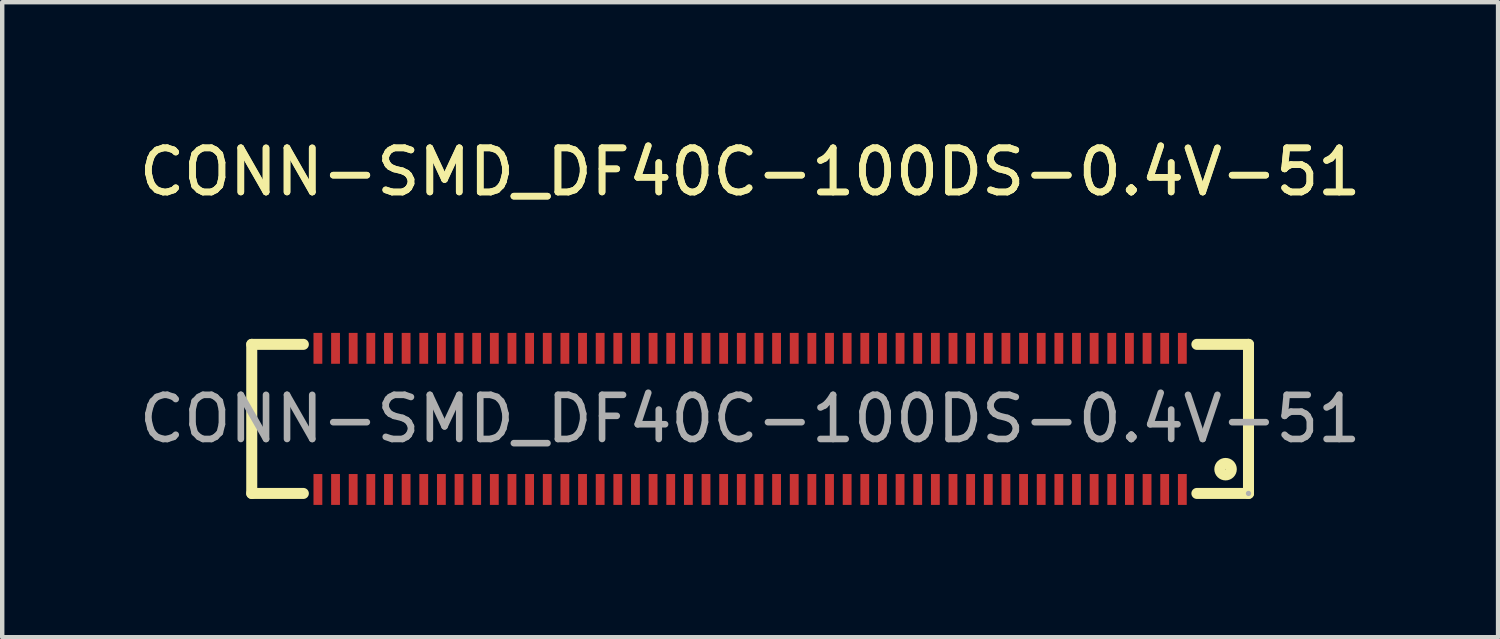
<source format=kicad_pcb>
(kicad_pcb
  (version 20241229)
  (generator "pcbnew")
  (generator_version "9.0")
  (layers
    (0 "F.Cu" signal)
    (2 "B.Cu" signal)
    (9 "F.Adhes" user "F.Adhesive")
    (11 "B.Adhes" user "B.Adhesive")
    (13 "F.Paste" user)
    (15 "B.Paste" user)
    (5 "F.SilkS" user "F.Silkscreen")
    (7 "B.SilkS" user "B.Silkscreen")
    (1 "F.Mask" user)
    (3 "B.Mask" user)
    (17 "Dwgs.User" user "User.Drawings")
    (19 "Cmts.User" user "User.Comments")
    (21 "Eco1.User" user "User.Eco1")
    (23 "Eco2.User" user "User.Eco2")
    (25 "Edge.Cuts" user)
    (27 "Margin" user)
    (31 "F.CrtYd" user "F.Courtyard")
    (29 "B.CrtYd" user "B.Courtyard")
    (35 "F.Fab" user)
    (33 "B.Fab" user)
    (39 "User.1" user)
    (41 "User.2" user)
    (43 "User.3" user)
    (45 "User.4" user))
  (footprint "CONN-SMD_DF40C-100DS-0.4V-51"
    (layer "F.Cu")
    (at 13.958 6.448)
    (property "Reference" "CONN-SMD_DF40C-100DS-0.4V-51" (at 0 -5.6 0) (layer "F.SilkS") (effects (font (size 1 1) (thickness 0.15))))
    (attr smd)
    (fp_line (start -11.3 -1.69) (end -11.3 1.69) (stroke (width 0.25) (type solid)) (layer "F.SilkS"))
    (fp_line (start -11.3 -1.69) (end -10.13 -1.69) (stroke (width 0.25) (type solid)) (layer "F.SilkS"))
    (fp_line (start -11.3 1.69) (end -10.13 1.69) (stroke (width 0.25) (type solid)) (layer "F.SilkS"))
    (fp_line (start 10.13 -1.69) (end 11.3 -1.69) (stroke (width 0.25) (type solid)) (layer "F.SilkS"))
    (fp_line (start 10.13 1.69) (end 11.3 1.69) (stroke (width 0.25) (type solid)) (layer "F.SilkS"))
    (fp_line (start 11.3 -1.69) (end 11.3 1.69) (stroke (width 0.25) (type solid)) (layer "F.SilkS"))
    (fp_circle (center 10.78 1.14) (end 10.91 1.14) (stroke (width 0.25) (type solid)) (fill no) (layer "F.SilkS"))
    (fp_circle (center 11.3 1.69) (end 11.33 1.69) (stroke (width 0.06) (type solid)) (fill no) (layer "F.Fab"))
    (fp_text user "${REFERENCE}" (at 0 -5.6 0) (layer "F.SilkS") (effects (font (size 1 1) (thickness 0.15))))
    (fp_text user "${REFERENCE}" (at 0 0 0) (layer "F.Fab") (effects (font (size 1 1) (thickness 0.15))))
    (pad "1" smd rect (at 9.8 1.6) (size 0.2 0.7) (layers "F.Cu" "F.Mask" "F.Paste"))
    (pad "2" smd rect (at 9.4 1.6) (size 0.2 0.7) (layers "F.Cu" "F.Mask" "F.Paste"))
    (pad "3" smd rect (at 9 1.6) (size 0.2 0.7) (layers "F.Cu" "F.Mask" "F.Paste"))
    (pad "4" smd rect (at 8.6 1.6) (size 0.2 0.7) (layers "F.Cu" "F.Mask" "F.Paste"))
    (pad "5" smd rect (at 8.2 1.6) (size 0.2 0.7) (layers "F.Cu" "F.Mask" "F.Paste"))
    (pad "6" smd rect (at 7.8 1.6) (size 0.2 0.7) (layers "F.Cu" "F.Mask" "F.Paste"))
    (pad "7" smd rect (at 7.4 1.6) (size 0.2 0.7) (layers "F.Cu" "F.Mask" "F.Paste"))
    (pad "8" smd rect (at 7 1.6) (size 0.2 0.7) (layers "F.Cu" "F.Mask" "F.Paste"))
    (pad "9" smd rect (at 6.6 1.6) (size 0.2 0.7) (layers "F.Cu" "F.Mask" "F.Paste"))
    (pad "10" smd rect (at 6.2 1.6) (size 0.2 0.7) (layers "F.Cu" "F.Mask" "F.Paste"))
    (pad "11" smd rect (at 5.8 1.6) (size 0.2 0.7) (layers "F.Cu" "F.Mask" "F.Paste"))
    (pad "12" smd rect (at 5.4 1.6) (size 0.2 0.7) (layers "F.Cu" "F.Mask" "F.Paste"))
    (pad "13" smd rect (at 5 1.6) (size 0.2 0.7) (layers "F.Cu" "F.Mask" "F.Paste"))
    (pad "14" smd rect (at 4.6 1.6) (size 0.2 0.7) (layers "F.Cu" "F.Mask" "F.Paste"))
    (pad "15" smd rect (at 4.2 1.6) (size 0.2 0.7) (layers "F.Cu" "F.Mask" "F.Paste"))
    (pad "16" smd rect (at 3.8 1.6) (size 0.2 0.7) (layers "F.Cu" "F.Mask" "F.Paste"))
    (pad "17" smd rect (at 3.4 1.6) (size 0.2 0.7) (layers "F.Cu" "F.Mask" "F.Paste"))
    (pad "18" smd rect (at 3 1.6) (size 0.2 0.7) (layers "F.Cu" "F.Mask" "F.Paste"))
    (pad "19" smd rect (at 2.6 1.6) (size 0.2 0.7) (layers "F.Cu" "F.Mask" "F.Paste"))
    (pad "20" smd rect (at 2.2 1.6) (size 0.2 0.7) (layers "F.Cu" "F.Mask" "F.Paste"))
    (pad "21" smd rect (at 1.8 1.6) (size 0.2 0.7) (layers "F.Cu" "F.Mask" "F.Paste"))
    (pad "22" smd rect (at 1.4 1.6) (size 0.2 0.7) (layers "F.Cu" "F.Mask" "F.Paste"))
    (pad "23" smd rect (at 1 1.6) (size 0.2 0.7) (layers "F.Cu" "F.Mask" "F.Paste"))
    (pad "24" smd rect (at 0.6 1.6) (size 0.2 0.7) (layers "F.Cu" "F.Mask" "F.Paste"))
    (pad "25" smd rect (at 0.2 1.6) (size 0.2 0.7) (layers "F.Cu" "F.Mask" "F.Paste"))
    (pad "26" smd rect (at -0.2 1.6) (size 0.2 0.7) (layers "F.Cu" "F.Mask" "F.Paste"))
    (pad "27" smd rect (at -0.6 1.6) (size 0.2 0.7) (layers "F.Cu" "F.Mask" "F.Paste"))
    (pad "28" smd rect (at -1 1.6) (size 0.2 0.7) (layers "F.Cu" "F.Mask" "F.Paste"))
    (pad "29" smd rect (at -1.4 1.6) (size 0.2 0.7) (layers "F.Cu" "F.Mask" "F.Paste"))
    (pad "30" smd rect (at -1.8 1.6) (size 0.2 0.7) (layers "F.Cu" "F.Mask" "F.Paste"))
    (pad "31" smd rect (at -2.2 1.6) (size 0.2 0.7) (layers "F.Cu" "F.Mask" "F.Paste"))
    (pad "32" smd rect (at -2.6 1.6) (size 0.2 0.7) (layers "F.Cu" "F.Mask" "F.Paste"))
    (pad "33" smd rect (at -3 1.6) (size 0.2 0.7) (layers "F.Cu" "F.Mask" "F.Paste"))
    (pad "34" smd rect (at -3.4 1.6) (size 0.2 0.7) (layers "F.Cu" "F.Mask" "F.Paste"))
    (pad "35" smd rect (at -3.8 1.6) (size 0.2 0.7) (layers "F.Cu" "F.Mask" "F.Paste"))
    (pad "36" smd rect (at -4.2 1.6) (size 0.2 0.7) (layers "F.Cu" "F.Mask" "F.Paste"))
    (pad "37" smd rect (at -4.6 1.6) (size 0.2 0.7) (layers "F.Cu" "F.Mask" "F.Paste"))
    (pad "38" smd rect (at -5 1.6) (size 0.2 0.7) (layers "F.Cu" "F.Mask" "F.Paste"))
    (pad "39" smd rect (at -5.4 1.6) (size 0.2 0.7) (layers "F.Cu" "F.Mask" "F.Paste"))
    (pad "40" smd rect (at -5.8 1.6) (size 0.2 0.7) (layers "F.Cu" "F.Mask" "F.Paste"))
    (pad "41" smd rect (at -6.2 1.6) (size 0.2 0.7) (layers "F.Cu" "F.Mask" "F.Paste"))
    (pad "42" smd rect (at -6.6 1.6) (size 0.2 0.7) (layers "F.Cu" "F.Mask" "F.Paste"))
    (pad "43" smd rect (at -7 1.6) (size 0.2 0.7) (layers "F.Cu" "F.Mask" "F.Paste"))
    (pad "44" smd rect (at -7.4 1.6) (size 0.2 0.7) (layers "F.Cu" "F.Mask" "F.Paste"))
    (pad "45" smd rect (at -7.8 1.6) (size 0.2 0.7) (layers "F.Cu" "F.Mask" "F.Paste"))
    (pad "46" smd rect (at -8.2 1.6 180) (size 0.2 0.7) (layers "F.Cu" "F.Mask" "F.Paste"))
    (pad "47" smd rect (at -8.6 1.6 180) (size 0.2 0.7) (layers "F.Cu" "F.Mask" "F.Paste"))
    (pad "48" smd rect (at -9 1.6 180) (size 0.2 0.7) (layers "F.Cu" "F.Mask" "F.Paste"))
    (pad "49" smd rect (at -9.4 1.6 180) (size 0.2 0.7) (layers "F.Cu" "F.Mask" "F.Paste"))
    (pad "50" smd rect (at -9.8 1.6 180) (size 0.2 0.7) (layers "F.Cu" "F.Mask" "F.Paste"))
    (pad "51" smd rect (at -9.8 -1.6) (size 0.2 0.7) (layers "F.Cu" "F.Mask" "F.Paste"))
    (pad "52" smd rect (at -9.4 -1.6) (size 0.2 0.7) (layers "F.Cu" "F.Mask" "F.Paste"))
    (pad "53" smd rect (at -9 -1.6) (size 0.2 0.7) (layers "F.Cu" "F.Mask" "F.Paste"))
    (pad "54" smd rect (at -8.6 -1.6) (size 0.2 0.7) (layers "F.Cu" "F.Mask" "F.Paste"))
    (pad "55" smd rect (at -8.2 -1.6) (size 0.2 0.7) (layers "F.Cu" "F.Mask" "F.Paste"))
    (pad "56" smd rect (at -7.8 -1.6) (size 0.2 0.7) (layers "F.Cu" "F.Mask" "F.Paste"))
    (pad "57" smd rect (at -7.4 -1.6) (size 0.2 0.7) (layers "F.Cu" "F.Mask" "F.Paste"))
    (pad "58" smd rect (at -7 -1.6) (size 0.2 0.7) (layers "F.Cu" "F.Mask" "F.Paste"))
    (pad "59" smd rect (at -6.6 -1.6) (size 0.2 0.7) (layers "F.Cu" "F.Mask" "F.Paste"))
    (pad "60" smd rect (at -6.2 -1.6) (size 0.2 0.7) (layers "F.Cu" "F.Mask" "F.Paste"))
    (pad "61" smd rect (at -5.8 -1.6) (size 0.2 0.7) (layers "F.Cu" "F.Mask" "F.Paste"))
    (pad "62" smd rect (at -5.4 -1.6) (size 0.2 0.7) (layers "F.Cu" "F.Mask" "F.Paste"))
    (pad "63" smd rect (at -5 -1.6) (size 0.2 0.7) (layers "F.Cu" "F.Mask" "F.Paste"))
    (pad "64" smd rect (at -4.6 -1.6) (size 0.2 0.7) (layers "F.Cu" "F.Mask" "F.Paste"))
    (pad "65" smd rect (at -4.2 -1.6) (size 0.2 0.7) (layers "F.Cu" "F.Mask" "F.Paste"))
    (pad "66" smd rect (at -3.8 -1.6) (size 0.2 0.7) (layers "F.Cu" "F.Mask" "F.Paste"))
    (pad "67" smd rect (at -3.4 -1.6) (size 0.2 0.7) (layers "F.Cu" "F.Mask" "F.Paste"))
    (pad "68" smd rect (at -3 -1.6) (size 0.2 0.7) (layers "F.Cu" "F.Mask" "F.Paste"))
    (pad "69" smd rect (at -2.6 -1.6) (size 0.2 0.7) (layers "F.Cu" "F.Mask" "F.Paste"))
    (pad "70" smd rect (at -2.2 -1.6) (size 0.2 0.7) (layers "F.Cu" "F.Mask" "F.Paste"))
    (pad "71" smd rect (at -1.8 -1.6) (size 0.2 0.7) (layers "F.Cu" "F.Mask" "F.Paste"))
    (pad "72" smd rect (at -1.4 -1.6) (size 0.2 0.7) (layers "F.Cu" "F.Mask" "F.Paste"))
    (pad "73" smd rect (at -1 -1.6) (size 0.2 0.7) (layers "F.Cu" "F.Mask" "F.Paste"))
    (pad "74" smd rect (at -0.6 -1.6) (size 0.2 0.7) (layers "F.Cu" "F.Mask" "F.Paste"))
    (pad "75" smd rect (at -0.2 -1.6) (size 0.2 0.7) (layers "F.Cu" "F.Mask" "F.Paste"))
    (pad "76" smd rect (at 0.2 -1.6) (size 0.2 0.7) (layers "F.Cu" "F.Mask" "F.Paste"))
    (pad "77" smd rect (at 0.6 -1.6) (size 0.2 0.7) (layers "F.Cu" "F.Mask" "F.Paste"))
    (pad "78" smd rect (at 1 -1.6) (size 0.2 0.7) (layers "F.Cu" "F.Mask" "F.Paste"))
    (pad "79" smd rect (at 1.4 -1.6) (size 0.2 0.7) (layers "F.Cu" "F.Mask" "F.Paste"))
    (pad "80" smd rect (at 1.8 -1.6) (size 0.2 0.7) (layers "F.Cu" "F.Mask" "F.Paste"))
    (pad "81" smd rect (at 2.2 -1.6) (size 0.2 0.7) (layers "F.Cu" "F.Mask" "F.Paste"))
    (pad "82" smd rect (at 2.6 -1.6) (size 0.2 0.7) (layers "F.Cu" "F.Mask" "F.Paste"))
    (pad "83" smd rect (at 3 -1.6) (size 0.2 0.7) (layers "F.Cu" "F.Mask" "F.Paste"))
    (pad "84" smd rect (at 3.4 -1.6) (size 0.2 0.7) (layers "F.Cu" "F.Mask" "F.Paste"))
    (pad "85" smd rect (at 3.8 -1.6) (size 0.2 0.7) (layers "F.Cu" "F.Mask" "F.Paste"))
    (pad "86" smd rect (at 4.2 -1.6) (size 0.2 0.7) (layers "F.Cu" "F.Mask" "F.Paste"))
    (pad "87" smd rect (at 4.6 -1.6) (size 0.2 0.7) (layers "F.Cu" "F.Mask" "F.Paste"))
    (pad "88" smd rect (at 5 -1.6) (size 0.2 0.7) (layers "F.Cu" "F.Mask" "F.Paste"))
    (pad "89" smd rect (at 5.4 -1.6) (size 0.2 0.7) (layers "F.Cu" "F.Mask" "F.Paste"))
    (pad "90" smd rect (at 5.8 -1.6) (size 0.2 0.7) (layers "F.Cu" "F.Mask" "F.Paste"))
    (pad "91" smd rect (at 6.2 -1.6) (size 0.2 0.7) (layers "F.Cu" "F.Mask" "F.Paste"))
    (pad "92" smd rect (at 6.6 -1.6) (size 0.2 0.7) (layers "F.Cu" "F.Mask" "F.Paste"))
    (pad "93" smd rect (at 7 -1.6) (size 0.2 0.7) (layers "F.Cu" "F.Mask" "F.Paste"))
    (pad "94" smd rect (at 7.4 -1.6) (size 0.2 0.7) (layers "F.Cu" "F.Mask" "F.Paste"))
    (pad "95" smd rect (at 7.8 -1.6) (size 0.2 0.7) (layers "F.Cu" "F.Mask" "F.Paste"))
    (pad "96" smd rect (at 8.2 -1.6) (size 0.2 0.7) (layers "F.Cu" "F.Mask" "F.Paste"))
    (pad "97" smd rect (at 8.6 -1.6) (size 0.2 0.7) (layers "F.Cu" "F.Mask" "F.Paste"))
    (pad "98" smd rect (at 9 -1.6) (size 0.2 0.7) (layers "F.Cu" "F.Mask" "F.Paste"))
    (pad "99" smd rect (at 9.4 -1.6) (size 0.2 0.7) (layers "F.Cu" "F.Mask" "F.Paste"))
    (pad "100" smd rect (at 9.8 -1.6) (size 0.2 0.7) (layers "F.Cu" "F.Mask" "F.Paste")))
  (gr_rect
    (start -3 -3)
    (end 30.917 11.398)
    (stroke (width 0.1) (type default))
    (fill no)
    (layer "Edge.Cuts")))
</source>
